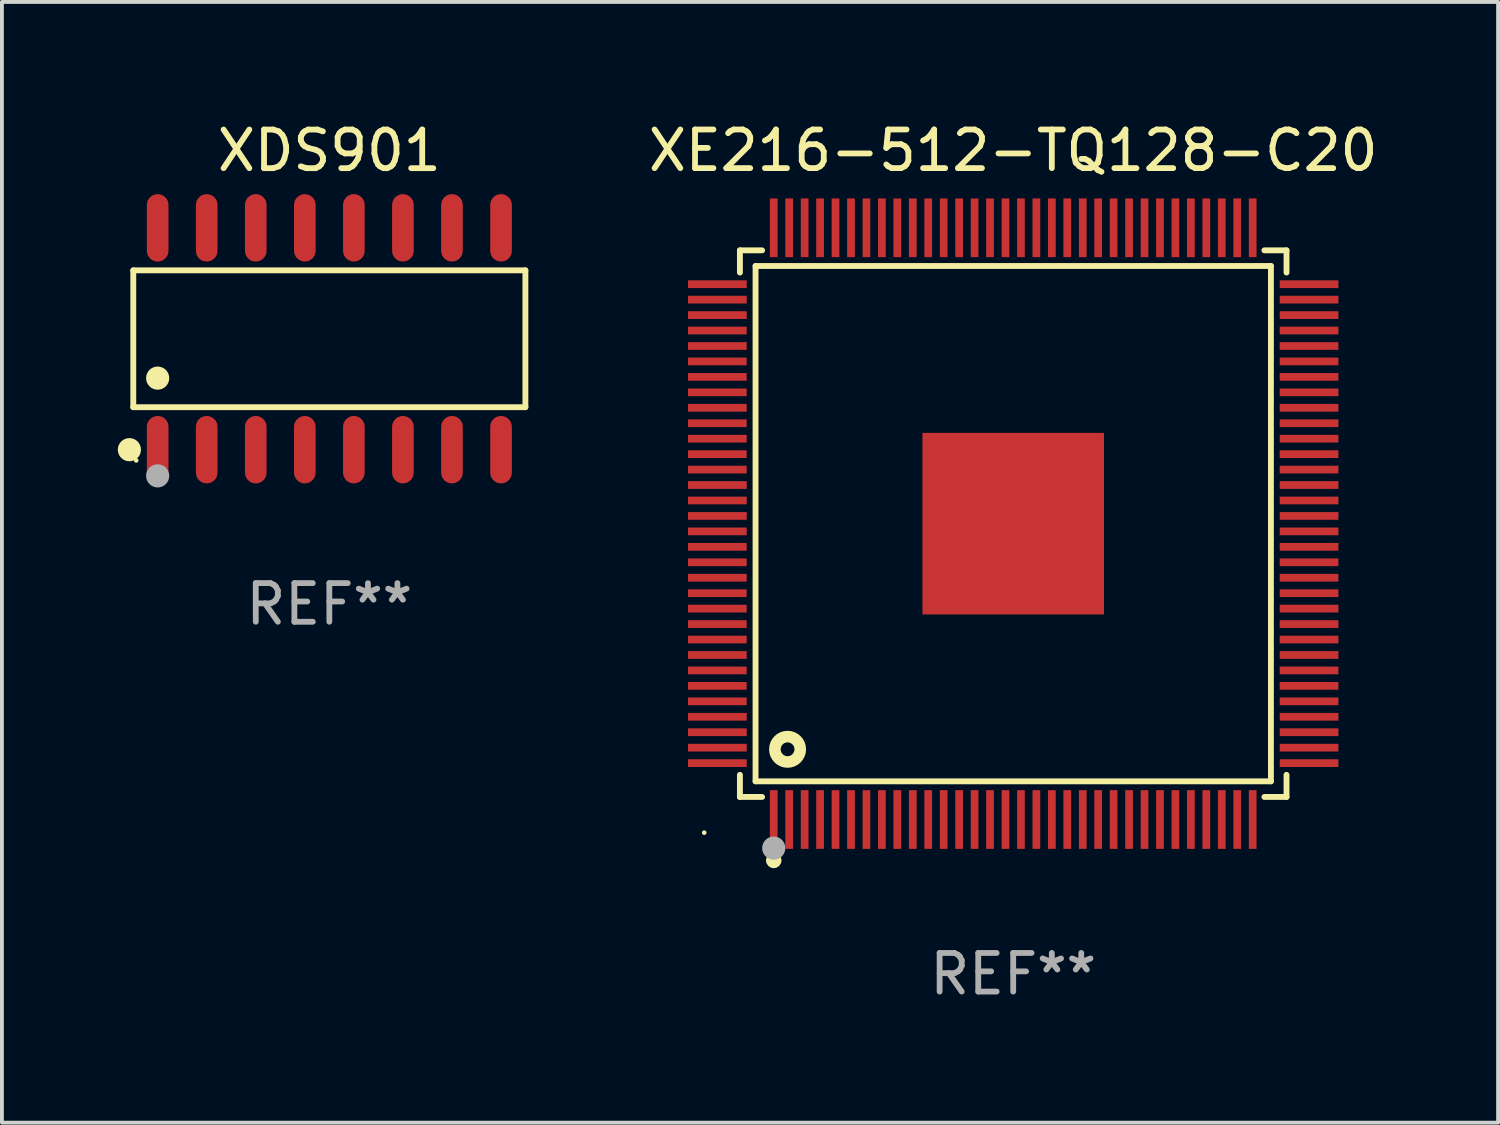
<source format=kicad_pcb>
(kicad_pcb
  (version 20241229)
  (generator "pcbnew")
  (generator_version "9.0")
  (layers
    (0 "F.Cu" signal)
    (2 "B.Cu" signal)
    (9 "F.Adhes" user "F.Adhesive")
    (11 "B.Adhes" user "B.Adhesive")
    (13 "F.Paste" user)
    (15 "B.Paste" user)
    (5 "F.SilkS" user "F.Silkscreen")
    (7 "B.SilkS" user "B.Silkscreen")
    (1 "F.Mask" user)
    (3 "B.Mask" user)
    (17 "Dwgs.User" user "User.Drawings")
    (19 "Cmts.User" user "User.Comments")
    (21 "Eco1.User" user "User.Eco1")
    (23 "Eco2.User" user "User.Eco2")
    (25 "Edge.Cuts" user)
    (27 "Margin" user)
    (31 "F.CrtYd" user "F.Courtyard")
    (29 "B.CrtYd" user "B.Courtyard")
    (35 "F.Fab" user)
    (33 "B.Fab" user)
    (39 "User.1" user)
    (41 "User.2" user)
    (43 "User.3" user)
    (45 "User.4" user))
  (footprint "XE216-512-TQ128-C20"
    (layer "F.Cu")
    (at 23.183 10.508)
    (property "Reference" "XE216-512-TQ128-C20" (at 0 -9.66 0) (layer "F.SilkS") (effects (font (size 1 1) (thickness 0.15))))
    (attr through_hole)
    (fp_line (start -7.076 -7.076) (end -6.502 -7.076) (stroke (width 0.152) (type solid)) (layer "F.SilkS"))
    (fp_line (start -7.076 -6.502) (end -7.076 -7.076) (stroke (width 0.152) (type solid)) (layer "F.SilkS"))
    (fp_line (start -7.076 6.503) (end -7.076 7.076) (stroke (width 0.152) (type solid)) (layer "F.SilkS"))
    (fp_line (start -7.076 7.076) (end -6.502 7.076) (stroke (width 0.152) (type solid)) (layer "F.SilkS"))
    (fp_line (start -6.671 -6.671) (end 6.672 -6.671) (stroke (width 0.152) (type solid)) (layer "F.SilkS"))
    (fp_line (start -6.671 6.671) (end -6.671 -6.671) (stroke (width 0.152) (type solid)) (layer "F.SilkS"))
    (fp_line (start 6.672 -6.671) (end 6.672 6.671) (stroke (width 0.152) (type solid)) (layer "F.SilkS"))
    (fp_line (start 6.672 6.671) (end -6.671 6.671) (stroke (width 0.152) (type solid)) (layer "F.SilkS"))
    (fp_line (start 7.076 -7.076) (end 6.503 -7.076) (stroke (width 0.152) (type solid)) (layer "F.SilkS"))
    (fp_line (start 7.076 -6.502) (end 7.076 -7.076) (stroke (width 0.152) (type solid)) (layer "F.SilkS"))
    (fp_line (start 7.076 6.503) (end 7.076 7.076) (stroke (width 0.152) (type solid)) (layer "F.SilkS"))
    (fp_line (start 7.076 7.076) (end 6.503 7.076) (stroke (width 0.152) (type solid)) (layer "F.SilkS"))
    (fp_circle (center -8 8) (end -7.97 8) (stroke (width 0.06) (type solid)) (fill no) (layer "F.SilkS"))
    (fp_circle (center -6.2 8.72) (end -6.1 8.72) (stroke (width 0.2) (type solid)) (fill no) (layer "F.SilkS"))
    (fp_circle (center -5.842 5.842) (end -5.513 5.842) (stroke (width 0.3) (type solid)) (fill no) (layer "F.SilkS"))
    (fp_circle (center -6.2 8.4) (end -6.05 8.4) (stroke (width 0.3) (type solid)) (fill no) (layer "F.Fab"))
    (fp_text user "REF**" (at 0 11.66 0) (layer "F.Fab") (effects (font (size 1 1) (thickness 0.15))))
    (pad "1" smd rect (at -6.2 7.66) (size 0.2 1.52) (layers "F.Cu" "F.Mask" "F.Paste"))
    (pad "2" smd rect (at -5.8 7.66) (size 0.2 1.52) (layers "F.Cu" "F.Mask" "F.Paste"))
    (pad "3" smd rect (at -5.4 7.66) (size 0.2 1.52) (layers "F.Cu" "F.Mask" "F.Paste"))
    (pad "4" smd rect (at -5 7.66) (size 0.2 1.52) (layers "F.Cu" "F.Mask" "F.Paste"))
    (pad "5" smd rect (at -4.6 7.66) (size 0.2 1.52) (layers "F.Cu" "F.Mask" "F.Paste"))
    (pad "6" smd rect (at -4.2 7.66) (size 0.2 1.52) (layers "F.Cu" "F.Mask" "F.Paste"))
    (pad "7" smd rect (at -3.8 7.66) (size 0.2 1.52) (layers "F.Cu" "F.Mask" "F.Paste"))
    (pad "8" smd rect (at -3.4 7.66) (size 0.2 1.52) (layers "F.Cu" "F.Mask" "F.Paste"))
    (pad "9" smd rect (at -3 7.66) (size 0.2 1.52) (layers "F.Cu" "F.Mask" "F.Paste"))
    (pad "10" smd rect (at -2.6 7.66) (size 0.2 1.52) (layers "F.Cu" "F.Mask" "F.Paste"))
    (pad "11" smd rect (at -2.2 7.66) (size 0.2 1.52) (layers "F.Cu" "F.Mask" "F.Paste"))
    (pad "12" smd rect (at -1.8 7.66) (size 0.2 1.52) (layers "F.Cu" "F.Mask" "F.Paste"))
    (pad "13" smd rect (at -1.4 7.66) (size 0.2 1.52) (layers "F.Cu" "F.Mask" "F.Paste"))
    (pad "14" smd rect (at -1 7.66) (size 0.2 1.52) (layers "F.Cu" "F.Mask" "F.Paste"))
    (pad "15" smd rect (at -0.6 7.66) (size 0.2 1.52) (layers "F.Cu" "F.Mask" "F.Paste"))
    (pad "16" smd rect (at -0.2 7.66) (size 0.2 1.52) (layers "F.Cu" "F.Mask" "F.Paste"))
    (pad "17" smd rect (at 0.2 7.66) (size 0.2 1.52) (layers "F.Cu" "F.Mask" "F.Paste"))
    (pad "18" smd rect (at 0.6 7.66) (size 0.2 1.52) (layers "F.Cu" "F.Mask" "F.Paste"))
    (pad "19" smd rect (at 1 7.66) (size 0.2 1.52) (layers "F.Cu" "F.Mask" "F.Paste"))
    (pad "20" smd rect (at 1.4 7.66) (size 0.2 1.52) (layers "F.Cu" "F.Mask" "F.Paste"))
    (pad "21" smd rect (at 1.8 7.66) (size 0.2 1.52) (layers "F.Cu" "F.Mask" "F.Paste"))
    (pad "22" smd rect (at 2.2 7.66) (size 0.2 1.52) (layers "F.Cu" "F.Mask" "F.Paste"))
    (pad "23" smd rect (at 2.6 7.66) (size 0.2 1.52) (layers "F.Cu" "F.Mask" "F.Paste"))
    (pad "24" smd rect (at 3 7.66) (size 0.2 1.52) (layers "F.Cu" "F.Mask" "F.Paste"))
    (pad "25" smd rect (at 3.4 7.66) (size 0.2 1.52) (layers "F.Cu" "F.Mask" "F.Paste"))
    (pad "26" smd rect (at 3.8 7.66) (size 0.2 1.52) (layers "F.Cu" "F.Mask" "F.Paste"))
    (pad "27" smd rect (at 4.2 7.66) (size 0.2 1.52) (layers "F.Cu" "F.Mask" "F.Paste"))
    (pad "28" smd rect (at 4.6 7.66) (size 0.2 1.52) (layers "F.Cu" "F.Mask" "F.Paste"))
    (pad "29" smd rect (at 5 7.66) (size 0.2 1.52) (layers "F.Cu" "F.Mask" "F.Paste"))
    (pad "30" smd rect (at 5.4 7.66) (size 0.2 1.52) (layers "F.Cu" "F.Mask" "F.Paste"))
    (pad "31" smd rect (at 5.8 7.66) (size 0.2 1.52) (layers "F.Cu" "F.Mask" "F.Paste"))
    (pad "32" smd rect (at 6.2 7.66) (size 0.2 1.52) (layers "F.Cu" "F.Mask" "F.Paste"))
    (pad "33" smd rect (at 7.66 6.2) (size 1.52 0.2) (layers "F.Cu" "F.Mask" "F.Paste"))
    (pad "34" smd rect (at 7.66 5.8) (size 1.52 0.2) (layers "F.Cu" "F.Mask" "F.Paste"))
    (pad "35" smd rect (at 7.66 5.4) (size 1.52 0.2) (layers "F.Cu" "F.Mask" "F.Paste"))
    (pad "36" smd rect (at 7.66 5) (size 1.52 0.2) (layers "F.Cu" "F.Mask" "F.Paste"))
    (pad "37" smd rect (at 7.66 4.6) (size 1.52 0.2) (layers "F.Cu" "F.Mask" "F.Paste"))
    (pad "38" smd rect (at 7.66 4.2) (size 1.52 0.2) (layers "F.Cu" "F.Mask" "F.Paste"))
    (pad "39" smd rect (at 7.66 3.8) (size 1.52 0.2) (layers "F.Cu" "F.Mask" "F.Paste"))
    (pad "40" smd rect (at 7.66 3.4) (size 1.52 0.2) (layers "F.Cu" "F.Mask" "F.Paste"))
    (pad "41" smd rect (at 7.66 3) (size 1.52 0.2) (layers "F.Cu" "F.Mask" "F.Paste"))
    (pad "42" smd rect (at 7.66 2.6) (size 1.52 0.2) (layers "F.Cu" "F.Mask" "F.Paste"))
    (pad "43" smd rect (at 7.66 2.2) (size 1.52 0.2) (layers "F.Cu" "F.Mask" "F.Paste"))
    (pad "44" smd rect (at 7.66 1.8) (size 1.52 0.2) (layers "F.Cu" "F.Mask" "F.Paste"))
    (pad "45" smd rect (at 7.66 1.4) (size 1.52 0.2) (layers "F.Cu" "F.Mask" "F.Paste"))
    (pad "46" smd rect (at 7.66 1) (size 1.52 0.2) (layers "F.Cu" "F.Mask" "F.Paste"))
    (pad "47" smd rect (at 7.66 0.6) (size 1.52 0.2) (layers "F.Cu" "F.Mask" "F.Paste"))
    (pad "48" smd rect (at 7.66 0.2) (size 1.52 0.2) (layers "F.Cu" "F.Mask" "F.Paste"))
    (pad "49" smd rect (at 7.66 -0.2) (size 1.52 0.2) (layers "F.Cu" "F.Mask" "F.Paste"))
    (pad "50" smd rect (at 7.66 -0.6) (size 1.52 0.2) (layers "F.Cu" "F.Mask" "F.Paste"))
    (pad "51" smd rect (at 7.66 -1) (size 1.52 0.2) (layers "F.Cu" "F.Mask" "F.Paste"))
    (pad "52" smd rect (at 7.66 -1.4) (size 1.52 0.2) (layers "F.Cu" "F.Mask" "F.Paste"))
    (pad "53" smd rect (at 7.66 -1.8) (size 1.52 0.2) (layers "F.Cu" "F.Mask" "F.Paste"))
    (pad "54" smd rect (at 7.66 -2.2) (size 1.52 0.2) (layers "F.Cu" "F.Mask" "F.Paste"))
    (pad "55" smd rect (at 7.66 -2.6) (size 1.52 0.2) (layers "F.Cu" "F.Mask" "F.Paste"))
    (pad "56" smd rect (at 7.66 -3) (size 1.52 0.2) (layers "F.Cu" "F.Mask" "F.Paste"))
    (pad "57" smd rect (at 7.66 -3.4) (size 1.52 0.2) (layers "F.Cu" "F.Mask" "F.Paste"))
    (pad "58" smd rect (at 7.66 -3.8) (size 1.52 0.2) (layers "F.Cu" "F.Mask" "F.Paste"))
    (pad "59" smd rect (at 7.66 -4.2) (size 1.52 0.2) (layers "F.Cu" "F.Mask" "F.Paste"))
    (pad "60" smd rect (at 7.66 -4.6) (size 1.52 0.2) (layers "F.Cu" "F.Mask" "F.Paste"))
    (pad "61" smd rect (at 7.66 -5) (size 1.52 0.2) (layers "F.Cu" "F.Mask" "F.Paste"))
    (pad "62" smd rect (at 7.66 -5.4) (size 1.52 0.2) (layers "F.Cu" "F.Mask" "F.Paste"))
    (pad "63" smd rect (at 7.66 -5.8) (size 1.52 0.2) (layers "F.Cu" "F.Mask" "F.Paste"))
    (pad "64" smd rect (at 7.66 -6.2) (size 1.52 0.2) (layers "F.Cu" "F.Mask" "F.Paste"))
    (pad "65" smd rect (at 6.2 -7.66) (size 0.2 1.52) (layers "F.Cu" "F.Mask" "F.Paste"))
    (pad "66" smd rect (at 5.8 -7.66) (size 0.2 1.52) (layers "F.Cu" "F.Mask" "F.Paste"))
    (pad "67" smd rect (at 5.4 -7.66) (size 0.2 1.52) (layers "F.Cu" "F.Mask" "F.Paste"))
    (pad "68" smd rect (at 5 -7.66) (size 0.2 1.52) (layers "F.Cu" "F.Mask" "F.Paste"))
    (pad "69" smd rect (at 4.6 -7.66) (size 0.2 1.52) (layers "F.Cu" "F.Mask" "F.Paste"))
    (pad "70" smd rect (at 4.2 -7.66) (size 0.2 1.52) (layers "F.Cu" "F.Mask" "F.Paste"))
    (pad "71" smd rect (at 3.8 -7.66) (size 0.2 1.52) (layers "F.Cu" "F.Mask" "F.Paste"))
    (pad "72" smd rect (at 3.4 -7.66) (size 0.2 1.52) (layers "F.Cu" "F.Mask" "F.Paste"))
    (pad "73" smd rect (at 3 -7.66) (size 0.2 1.52) (layers "F.Cu" "F.Mask" "F.Paste"))
    (pad "74" smd rect (at 2.6 -7.66) (size 0.2 1.52) (layers "F.Cu" "F.Mask" "F.Paste"))
    (pad "75" smd rect (at 2.2 -7.66) (size 0.2 1.52) (layers "F.Cu" "F.Mask" "F.Paste"))
    (pad "76" smd rect (at 1.8 -7.66) (size 0.2 1.52) (layers "F.Cu" "F.Mask" "F.Paste"))
    (pad "77" smd rect (at 1.4 -7.66) (size 0.2 1.52) (layers "F.Cu" "F.Mask" "F.Paste"))
    (pad "78" smd rect (at 1 -7.66) (size 0.2 1.52) (layers "F.Cu" "F.Mask" "F.Paste"))
    (pad "79" smd rect (at 0.6 -7.66) (size 0.2 1.52) (layers "F.Cu" "F.Mask" "F.Paste"))
    (pad "80" smd rect (at 0.2 -7.66) (size 0.2 1.52) (layers "F.Cu" "F.Mask" "F.Paste"))
    (pad "81" smd rect (at -0.2 -7.66) (size 0.2 1.52) (layers "F.Cu" "F.Mask" "F.Paste"))
    (pad "82" smd rect (at -0.6 -7.66) (size 0.2 1.52) (layers "F.Cu" "F.Mask" "F.Paste"))
    (pad "83" smd rect (at -1 -7.66) (size 0.2 1.52) (layers "F.Cu" "F.Mask" "F.Paste"))
    (pad "84" smd rect (at -1.4 -7.66) (size 0.2 1.52) (layers "F.Cu" "F.Mask" "F.Paste"))
    (pad "85" smd rect (at -1.8 -7.66) (size 0.2 1.52) (layers "F.Cu" "F.Mask" "F.Paste"))
    (pad "86" smd rect (at -2.2 -7.66) (size 0.2 1.52) (layers "F.Cu" "F.Mask" "F.Paste"))
    (pad "87" smd rect (at -2.6 -7.66) (size 0.2 1.52) (layers "F.Cu" "F.Mask" "F.Paste"))
    (pad "88" smd rect (at -3 -7.66) (size 0.2 1.52) (layers "F.Cu" "F.Mask" "F.Paste"))
    (pad "89" smd rect (at -3.4 -7.66) (size 0.2 1.52) (layers "F.Cu" "F.Mask" "F.Paste"))
    (pad "90" smd rect (at -3.8 -7.66) (size 0.2 1.52) (layers "F.Cu" "F.Mask" "F.Paste"))
    (pad "91" smd rect (at -4.2 -7.66) (size 0.2 1.52) (layers "F.Cu" "F.Mask" "F.Paste"))
    (pad "92" smd rect (at -4.6 -7.66) (size 0.2 1.52) (layers "F.Cu" "F.Mask" "F.Paste"))
    (pad "93" smd rect (at -5 -7.66) (size 0.2 1.52) (layers "F.Cu" "F.Mask" "F.Paste"))
    (pad "94" smd rect (at -5.4 -7.66) (size 0.2 1.52) (layers "F.Cu" "F.Mask" "F.Paste"))
    (pad "95" smd rect (at -5.8 -7.66) (size 0.2 1.52) (layers "F.Cu" "F.Mask" "F.Paste"))
    (pad "96" smd rect (at -6.2 -7.66) (size 0.2 1.52) (layers "F.Cu" "F.Mask" "F.Paste"))
    (pad "97" smd rect (at -7.66 -6.2) (size 1.52 0.2) (layers "F.Cu" "F.Mask" "F.Paste"))
    (pad "98" smd rect (at -7.66 -5.8) (size 1.52 0.2) (layers "F.Cu" "F.Mask" "F.Paste"))
    (pad "99" smd rect (at -7.66 -5.4) (size 1.52 0.2) (layers "F.Cu" "F.Mask" "F.Paste"))
    (pad "100" smd rect (at -7.66 -5) (size 1.52 0.2) (layers "F.Cu" "F.Mask" "F.Paste"))
    (pad "101" smd rect (at -7.66 -4.6) (size 1.52 0.2) (layers "F.Cu" "F.Mask" "F.Paste"))
    (pad "102" smd rect (at -7.66 -4.2) (size 1.52 0.2) (layers "F.Cu" "F.Mask" "F.Paste"))
    (pad "103" smd rect (at -7.66 -3.8) (size 1.52 0.2) (layers "F.Cu" "F.Mask" "F.Paste"))
    (pad "104" smd rect (at -7.66 -3.4) (size 1.52 0.2) (layers "F.Cu" "F.Mask" "F.Paste"))
    (pad "105" smd rect (at -7.66 -3) (size 1.52 0.2) (layers "F.Cu" "F.Mask" "F.Paste"))
    (pad "106" smd rect (at -7.66 -2.6) (size 1.52 0.2) (layers "F.Cu" "F.Mask" "F.Paste"))
    (pad "107" smd rect (at -7.66 -2.2) (size 1.52 0.2) (layers "F.Cu" "F.Mask" "F.Paste"))
    (pad "108" smd rect (at -7.66 -1.8) (size 1.52 0.2) (layers "F.Cu" "F.Mask" "F.Paste"))
    (pad "109" smd rect (at -7.66 -1.4) (size 1.52 0.2) (layers "F.Cu" "F.Mask" "F.Paste"))
    (pad "110" smd rect (at -7.66 -1) (size 1.52 0.2) (layers "F.Cu" "F.Mask" "F.Paste"))
    (pad "111" smd rect (at -7.66 -0.6) (size 1.52 0.2) (layers "F.Cu" "F.Mask" "F.Paste"))
    (pad "112" smd rect (at -7.66 -0.2) (size 1.52 0.2) (layers "F.Cu" "F.Mask" "F.Paste"))
    (pad "113" smd rect (at -7.66 0.2) (size 1.52 0.2) (layers "F.Cu" "F.Mask" "F.Paste"))
    (pad "114" smd rect (at -7.66 0.6) (size 1.52 0.2) (layers "F.Cu" "F.Mask" "F.Paste"))
    (pad "115" smd rect (at -7.66 1) (size 1.52 0.2) (layers "F.Cu" "F.Mask" "F.Paste"))
    (pad "116" smd rect (at -7.66 1.4) (size 1.52 0.2) (layers "F.Cu" "F.Mask" "F.Paste"))
    (pad "117" smd rect (at -7.66 1.8) (size 1.52 0.2) (layers "F.Cu" "F.Mask" "F.Paste"))
    (pad "118" smd rect (at -7.66 2.2) (size 1.52 0.2) (layers "F.Cu" "F.Mask" "F.Paste"))
    (pad "119" smd rect (at -7.66 2.6) (size 1.52 0.2) (layers "F.Cu" "F.Mask" "F.Paste"))
    (pad "120" smd rect (at -7.66 3) (size 1.52 0.2) (layers "F.Cu" "F.Mask" "F.Paste"))
    (pad "121" smd rect (at -7.66 3.4) (size 1.52 0.2) (layers "F.Cu" "F.Mask" "F.Paste"))
    (pad "122" smd rect (at -7.66 3.8) (size 1.52 0.2) (layers "F.Cu" "F.Mask" "F.Paste"))
    (pad "123" smd rect (at -7.66 4.2) (size 1.52 0.2) (layers "F.Cu" "F.Mask" "F.Paste"))
    (pad "124" smd rect (at -7.66 4.6) (size 1.52 0.2) (layers "F.Cu" "F.Mask" "F.Paste"))
    (pad "125" smd rect (at -7.66 5) (size 1.52 0.2) (layers "F.Cu" "F.Mask" "F.Paste"))
    (pad "126" smd rect (at -7.66 5.4) (size 1.52 0.2) (layers "F.Cu" "F.Mask" "F.Paste"))
    (pad "127" smd rect (at -7.66 5.8) (size 1.52 0.2) (layers "F.Cu" "F.Mask" "F.Paste"))
    (pad "128" smd rect (at -7.66 6.2) (size 1.52 0.2) (layers "F.Cu" "F.Mask" "F.Paste"))
    (pad "129" smd rect (at 0.000127 0.000127 90) (size 4.7 4.7) (layers "F.Cu" "F.Mask" "F.Paste")))
  (footprint "XDS901"
    (layer "F.Cu")
    (at 5.477 5.721)
    (property "Reference" "XDS901" (at 0 -4.872 0) (layer "F.SilkS") (effects (font (size 1 1) (thickness 0.15))))
    (attr through_hole)
    (fp_line (start -5.076 -1.771) (end 5.076 -1.771) (stroke (width 0.152) (type solid)) (layer "F.SilkS"))
    (fp_line (start -5.076 1.771) (end -5.076 -1.771) (stroke (width 0.152) (type solid)) (layer "F.SilkS"))
    (fp_line (start 5.076 -1.771) (end 5.076 1.771) (stroke (width 0.152) (type solid)) (layer "F.SilkS"))
    (fp_line (start 5.076 1.771) (end -5.076 1.771) (stroke (width 0.152) (type solid)) (layer "F.SilkS"))
    (fp_circle (center -5.177 2.872) (end -5.027 2.872) (stroke (width 0.3) (type solid)) (fill no) (layer "F.SilkS"))
    (fp_circle (center -5 3.15) (end -4.97 3.15) (stroke (width 0.06) (type solid)) (fill no) (layer "F.SilkS"))
    (fp_circle (center -4.445 1.019) (end -4.295 1.019) (stroke (width 0.3) (type solid)) (fill no) (layer "F.SilkS"))
    (fp_circle (center -4.445 3.55) (end -4.295 3.55) (stroke (width 0.3) (type solid)) (fill no) (layer "F.Fab"))
    (fp_text user "REF**" (at 0 6.872 0) (layer "F.Fab") (effects (font (size 1 1) (thickness 0.15))))
    (pad "1" smd oval (at -4.445 2.872) (size 0.56 1.745) (layers "F.Cu" "F.Mask" "F.Paste"))
    (pad "2" smd oval (at -3.175 2.872) (size 0.56 1.745) (layers "F.Cu" "F.Mask" "F.Paste"))
    (pad "3" smd oval (at -1.905 2.872) (size 0.56 1.745) (layers "F.Cu" "F.Mask" "F.Paste"))
    (pad "4" smd oval (at -0.635 2.872) (size 0.56 1.745) (layers "F.Cu" "F.Mask" "F.Paste"))
    (pad "5" smd oval (at 0.635 2.872) (size 0.56 1.745) (layers "F.Cu" "F.Mask" "F.Paste"))
    (pad "6" smd oval (at 1.905 2.872) (size 0.56 1.745) (layers "F.Cu" "F.Mask" "F.Paste"))
    (pad "7" smd oval (at 3.175 2.872) (size 0.56 1.745) (layers "F.Cu" "F.Mask" "F.Paste"))
    (pad "8" smd oval (at 4.445 2.872) (size 0.56 1.745) (layers "F.Cu" "F.Mask" "F.Paste"))
    (pad "9" smd oval (at 4.445 -2.872) (size 0.56 1.745) (layers "F.Cu" "F.Mask" "F.Paste"))
    (pad "10" smd oval (at 3.175 -2.872) (size 0.56 1.745) (layers "F.Cu" "F.Mask" "F.Paste"))
    (pad "11" smd oval (at 1.905 -2.872) (size 0.56 1.745) (layers "F.Cu" "F.Mask" "F.Paste"))
    (pad "12" smd oval (at 0.635 -2.872) (size 0.56 1.745) (layers "F.Cu" "F.Mask" "F.Paste"))
    (pad "13" smd oval (at -0.635 -2.872) (size 0.56 1.745) (layers "F.Cu" "F.Mask" "F.Paste"))
    (pad "14" smd oval (at -1.905 -2.872) (size 0.56 1.745) (layers "F.Cu" "F.Mask" "F.Paste"))
    (pad "15" smd oval (at -3.175 -2.872) (size 0.56 1.745) (layers "F.Cu" "F.Mask" "F.Paste"))
    (pad "16" smd oval (at -4.445 -2.872) (size 0.56 1.745) (layers "F.Cu" "F.Mask" "F.Paste")))
  (gr_rect
    (start -3 -3)
    (end 35.737 26.017)
    (stroke (width 0.1) (type default))
    (fill no)
    (layer "Edge.Cuts")))
</source>
